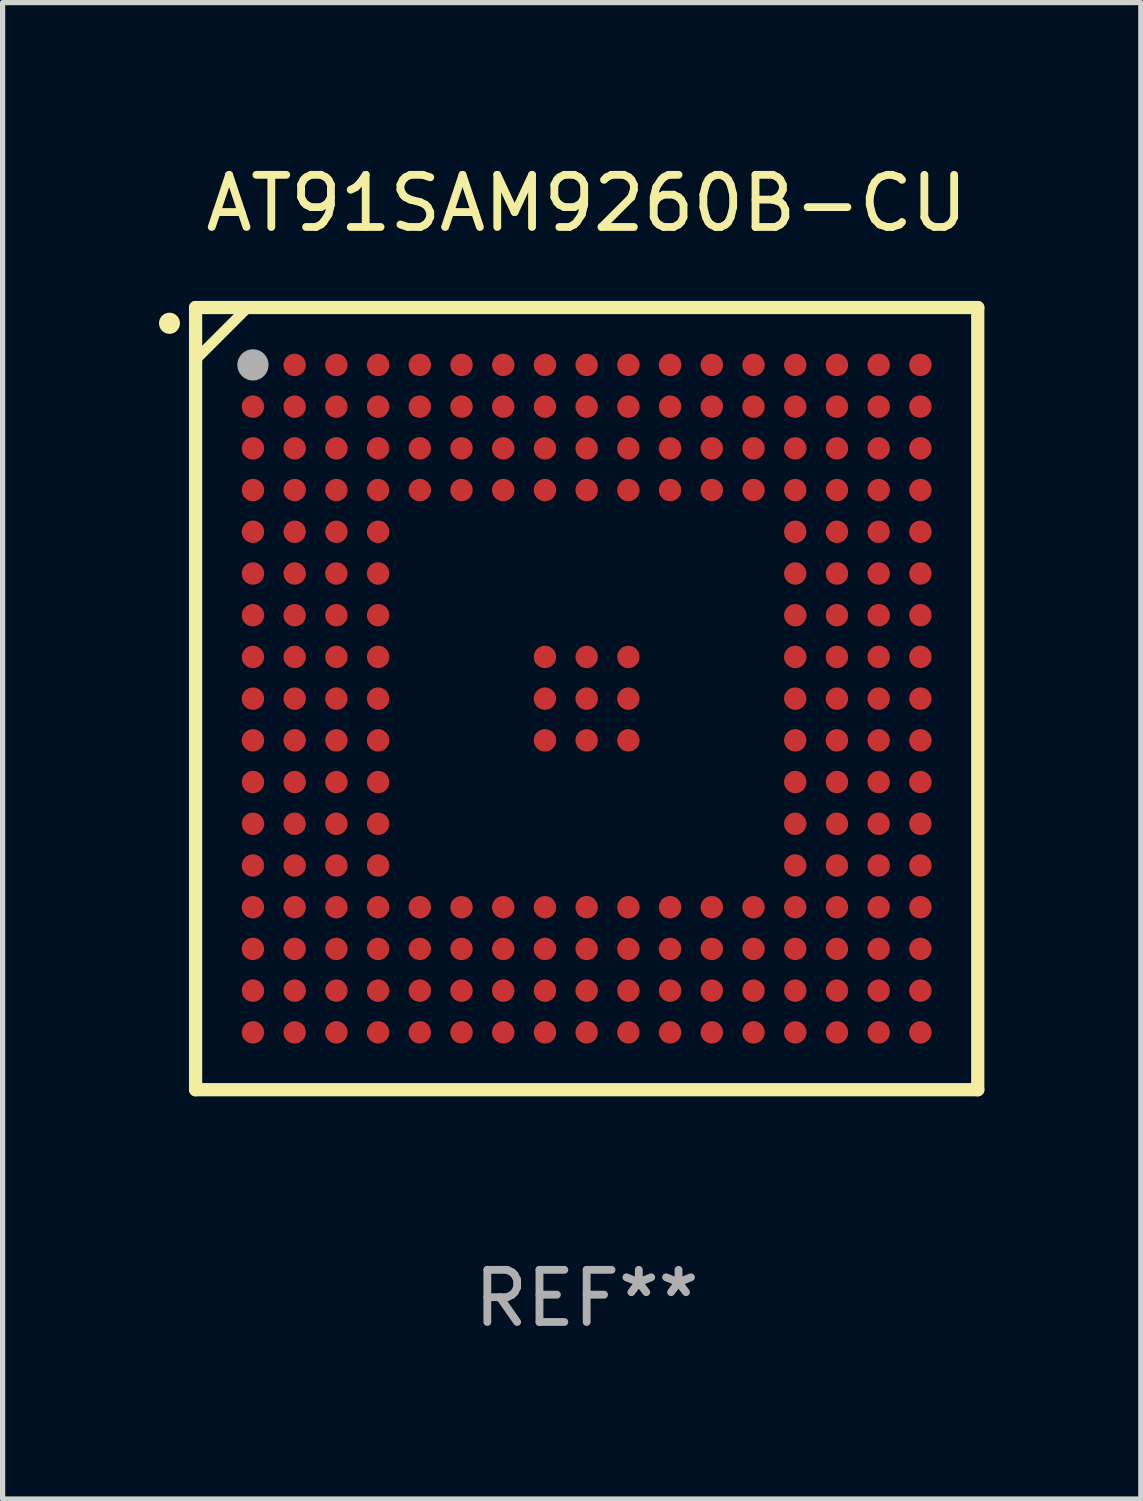
<source format=kicad_pcb>
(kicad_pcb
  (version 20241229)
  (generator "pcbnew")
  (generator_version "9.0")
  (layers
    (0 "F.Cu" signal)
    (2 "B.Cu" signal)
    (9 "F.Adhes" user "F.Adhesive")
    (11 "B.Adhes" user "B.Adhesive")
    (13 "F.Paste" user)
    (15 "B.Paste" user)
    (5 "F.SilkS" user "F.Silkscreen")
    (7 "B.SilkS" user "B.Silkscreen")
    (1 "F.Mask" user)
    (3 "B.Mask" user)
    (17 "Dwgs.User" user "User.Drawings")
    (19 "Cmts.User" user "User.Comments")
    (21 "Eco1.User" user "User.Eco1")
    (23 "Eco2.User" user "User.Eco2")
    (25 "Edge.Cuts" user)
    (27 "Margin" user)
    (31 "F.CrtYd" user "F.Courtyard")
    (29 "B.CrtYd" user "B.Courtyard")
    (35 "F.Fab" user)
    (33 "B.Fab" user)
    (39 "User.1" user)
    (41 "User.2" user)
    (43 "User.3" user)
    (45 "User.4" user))
  (footprint "AT91SAM9260B-CU"
    (layer "F.Cu")
    (at 8.201 10.348)
    (property "Reference" "AT91SAM9260B-CU" (at 0 -9.5 0) (layer "F.SilkS") (effects (font (size 1 1) (thickness 0.15))))
    (attr through_hole)
    (fp_line (start -7.5 -7.5) (end 7.5 -7.5) (stroke (width 0.254) (type solid)) (layer "F.SilkS"))
    (fp_line (start -7.5 -6.5) (end -6.5 -7.5) (stroke (width 0.2) (type solid)) (layer "F.SilkS"))
    (fp_line (start -7.5 7.5) (end -7.5 -7.5) (stroke (width 0.254) (type solid)) (layer "F.SilkS"))
    (fp_line (start 7.5 -7.5) (end 7.5 7.5) (stroke (width 0.254) (type solid)) (layer "F.SilkS"))
    (fp_line (start 7.5 7.5) (end -7.5 7.5) (stroke (width 0.254) (type solid)) (layer "F.SilkS"))
    (fp_arc (start -8.001016 -7.195847) (mid -8.001032 -7.198387) (end -8.001016 -7.200927) (stroke (width 0.4) (type solid)) (layer "F.SilkS"))
    (fp_circle (center -7.5 -7.5) (end -7.47 -7.5) (stroke (width 0.06) (type solid)) (fill no) (layer "F.SilkS"))
    (fp_circle (center -6.4 -6.4) (end -6.25 -6.4) (stroke (width 0.3) (type solid)) (fill no) (layer "F.Fab"))
    (fp_text user "REF**" (at 0 11.5 0) (layer "F.Fab") (effects (font (size 1 1) (thickness 0.15))))
    (pad "A1" smd circle (at -6.4 -6.4) (size 0.43 0.43) (layers "F.Cu" "F.Mask" "F.Paste"))
    (pad "A2" smd circle (at -5.6 -6.4) (size 0.43 0.43) (layers "F.Cu" "F.Mask" "F.Paste"))
    (pad "A3" smd circle (at -4.8 -6.4) (size 0.43 0.43) (layers "F.Cu" "F.Mask" "F.Paste"))
    (pad "A4" smd circle (at -4 -6.4) (size 0.43 0.43) (layers "F.Cu" "F.Mask" "F.Paste"))
    (pad "A5" smd circle (at -3.2 -6.4) (size 0.43 0.43) (layers "F.Cu" "F.Mask" "F.Paste"))
    (pad "A6" smd circle (at -2.4 -6.4) (size 0.43 0.43) (layers "F.Cu" "F.Mask" "F.Paste"))
    (pad "A7" smd circle (at -1.6 -6.4) (size 0.43 0.43) (layers "F.Cu" "F.Mask" "F.Paste"))
    (pad "A8" smd circle (at -0.8 -6.4) (size 0.43 0.43) (layers "F.Cu" "F.Mask" "F.Paste"))
    (pad "A9" smd circle (at 0 -6.4) (size 0.43 0.43) (layers "F.Cu" "F.Mask" "F.Paste"))
    (pad "A10" smd circle (at 0.8 -6.4) (size 0.43 0.43) (layers "F.Cu" "F.Mask" "F.Paste"))
    (pad "A11" smd circle (at 1.6 -6.4) (size 0.43 0.43) (layers "F.Cu" "F.Mask" "F.Paste"))
    (pad "A12" smd circle (at 2.4 -6.4) (size 0.43 0.43) (layers "F.Cu" "F.Mask" "F.Paste"))
    (pad "A13" smd circle (at 3.2 -6.4) (size 0.43 0.43) (layers "F.Cu" "F.Mask" "F.Paste"))
    (pad "A14" smd circle (at 4 -6.4) (size 0.43 0.43) (layers "F.Cu" "F.Mask" "F.Paste"))
    (pad "A15" smd circle (at 4.8 -6.4) (size 0.43 0.43) (layers "F.Cu" "F.Mask" "F.Paste"))
    (pad "A16" smd circle (at 5.6 -6.4) (size 0.43 0.43) (layers "F.Cu" "F.Mask" "F.Paste"))
    (pad "A17" smd circle (at 6.4 -6.4) (size 0.43 0.43) (layers "F.Cu" "F.Mask" "F.Paste"))
    (pad "B1" smd circle (at -6.4 -5.6) (size 0.43 0.43) (layers "F.Cu" "F.Mask" "F.Paste"))
    (pad "B2" smd circle (at -5.6 -5.6) (size 0.43 0.43) (layers "F.Cu" "F.Mask" "F.Paste"))
    (pad "B3" smd circle (at -4.8 -5.6) (size 0.43 0.43) (layers "F.Cu" "F.Mask" "F.Paste"))
    (pad "B4" smd circle (at -4 -5.6) (size 0.43 0.43) (layers "F.Cu" "F.Mask" "F.Paste"))
    (pad "B5" smd circle (at -3.2 -5.6) (size 0.43 0.43) (layers "F.Cu" "F.Mask" "F.Paste"))
    (pad "B6" smd circle (at -2.4 -5.6) (size 0.43 0.43) (layers "F.Cu" "F.Mask" "F.Paste"))
    (pad "B7" smd circle (at -1.6 -5.6) (size 0.43 0.43) (layers "F.Cu" "F.Mask" "F.Paste"))
    (pad "B8" smd circle (at -0.8 -5.6) (size 0.43 0.43) (layers "F.Cu" "F.Mask" "F.Paste"))
    (pad "B9" smd circle (at 0 -5.6) (size 0.43 0.43) (layers "F.Cu" "F.Mask" "F.Paste"))
    (pad "B10" smd circle (at 0.8 -5.6) (size 0.43 0.43) (layers "F.Cu" "F.Mask" "F.Paste"))
    (pad "B11" smd circle (at 1.6 -5.6) (size 0.43 0.43) (layers "F.Cu" "F.Mask" "F.Paste"))
    (pad "B12" smd circle (at 2.4 -5.6) (size 0.43 0.43) (layers "F.Cu" "F.Mask" "F.Paste"))
    (pad "B13" smd circle (at 3.2 -5.6) (size 0.43 0.43) (layers "F.Cu" "F.Mask" "F.Paste"))
    (pad "B14" smd circle (at 4 -5.6) (size 0.43 0.43) (layers "F.Cu" "F.Mask" "F.Paste"))
    (pad "B15" smd circle (at 4.8 -5.6) (size 0.43 0.43) (layers "F.Cu" "F.Mask" "F.Paste"))
    (pad "B16" smd circle (at 5.6 -5.6) (size 0.43 0.43) (layers "F.Cu" "F.Mask" "F.Paste"))
    (pad "B17" smd circle (at 6.4 -5.6) (size 0.43 0.43) (layers "F.Cu" "F.Mask" "F.Paste"))
    (pad "C1" smd circle (at -6.4 -4.8) (size 0.43 0.43) (layers "F.Cu" "F.Mask" "F.Paste"))
    (pad "C2" smd circle (at -5.6 -4.8) (size 0.43 0.43) (layers "F.Cu" "F.Mask" "F.Paste"))
    (pad "C3" smd circle (at -4.8 -4.8) (size 0.43 0.43) (layers "F.Cu" "F.Mask" "F.Paste"))
    (pad "C4" smd circle (at -4 -4.8) (size 0.43 0.43) (layers "F.Cu" "F.Mask" "F.Paste"))
    (pad "C5" smd circle (at -3.2 -4.8) (size 0.43 0.43) (layers "F.Cu" "F.Mask" "F.Paste"))
    (pad "C6" smd circle (at -2.4 -4.8) (size 0.43 0.43) (layers "F.Cu" "F.Mask" "F.Paste"))
    (pad "C7" smd circle (at -1.6 -4.8) (size 0.43 0.43) (layers "F.Cu" "F.Mask" "F.Paste"))
    (pad "C8" smd circle (at -0.8 -4.8) (size 0.43 0.43) (layers "F.Cu" "F.Mask" "F.Paste"))
    (pad "C9" smd circle (at 0 -4.8) (size 0.43 0.43) (layers "F.Cu" "F.Mask" "F.Paste"))
    (pad "C10" smd circle (at 0.8 -4.8) (size 0.43 0.43) (layers "F.Cu" "F.Mask" "F.Paste"))
    (pad "C11" smd circle (at 1.6 -4.8) (size 0.43 0.43) (layers "F.Cu" "F.Mask" "F.Paste"))
    (pad "C12" smd circle (at 2.4 -4.8) (size 0.43 0.43) (layers "F.Cu" "F.Mask" "F.Paste"))
    (pad "C13" smd circle (at 3.2 -4.8) (size 0.43 0.43) (layers "F.Cu" "F.Mask" "F.Paste"))
    (pad "C14" smd circle (at 4 -4.8) (size 0.43 0.43) (layers "F.Cu" "F.Mask" "F.Paste"))
    (pad "C15" smd circle (at 4.8 -4.8) (size 0.43 0.43) (layers "F.Cu" "F.Mask" "F.Paste"))
    (pad "C16" smd circle (at 5.6 -4.8) (size 0.43 0.43) (layers "F.Cu" "F.Mask" "F.Paste"))
    (pad "C17" smd circle (at 6.4 -4.8) (size 0.43 0.43) (layers "F.Cu" "F.Mask" "F.Paste"))
    (pad "D1" smd circle (at -6.4 -4) (size 0.43 0.43) (layers "F.Cu" "F.Mask" "F.Paste"))
    (pad "D2" smd circle (at -5.6 -4) (size 0.43 0.43) (layers "F.Cu" "F.Mask" "F.Paste"))
    (pad "D3" smd circle (at -4.8 -4) (size 0.43 0.43) (layers "F.Cu" "F.Mask" "F.Paste"))
    (pad "D4" smd circle (at -4 -4) (size 0.43 0.43) (layers "F.Cu" "F.Mask" "F.Paste"))
    (pad "D5" smd circle (at -3.2 -4) (size 0.43 0.43) (layers "F.Cu" "F.Mask" "F.Paste"))
    (pad "D6" smd circle (at -2.4 -4) (size 0.43 0.43) (layers "F.Cu" "F.Mask" "F.Paste"))
    (pad "D7" smd circle (at -1.6 -4) (size 0.43 0.43) (layers "F.Cu" "F.Mask" "F.Paste"))
    (pad "D8" smd circle (at -0.8 -4) (size 0.43 0.43) (layers "F.Cu" "F.Mask" "F.Paste"))
    (pad "D9" smd circle (at 0 -4) (size 0.43 0.43) (layers "F.Cu" "F.Mask" "F.Paste"))
    (pad "D10" smd circle (at 0.8 -4) (size 0.43 0.43) (layers "F.Cu" "F.Mask" "F.Paste"))
    (pad "D11" smd circle (at 1.6 -4) (size 0.43 0.43) (layers "F.Cu" "F.Mask" "F.Paste"))
    (pad "D12" smd circle (at 2.4 -4) (size 0.43 0.43) (layers "F.Cu" "F.Mask" "F.Paste"))
    (pad "D13" smd circle (at 3.2 -4) (size 0.43 0.43) (layers "F.Cu" "F.Mask" "F.Paste"))
    (pad "D14" smd circle (at 4 -4) (size 0.43 0.43) (layers "F.Cu" "F.Mask" "F.Paste"))
    (pad "D15" smd circle (at 4.8 -4) (size 0.43 0.43) (layers "F.Cu" "F.Mask" "F.Paste"))
    (pad "D16" smd circle (at 5.6 -4) (size 0.43 0.43) (layers "F.Cu" "F.Mask" "F.Paste"))
    (pad "D17" smd circle (at 6.4 -4) (size 0.43 0.43) (layers "F.Cu" "F.Mask" "F.Paste"))
    (pad "E1" smd circle (at -6.4 -3.2) (size 0.43 0.43) (layers "F.Cu" "F.Mask" "F.Paste"))
    (pad "E2" smd circle (at -5.6 -3.2) (size 0.43 0.43) (layers "F.Cu" "F.Mask" "F.Paste"))
    (pad "E3" smd circle (at -4.8 -3.2) (size 0.43 0.43) (layers "F.Cu" "F.Mask" "F.Paste"))
    (pad "E4" smd circle (at -4 -3.2) (size 0.43 0.43) (layers "F.Cu" "F.Mask" "F.Paste"))
    (pad "E14" smd circle (at 4 -3.2) (size 0.43 0.43) (layers "F.Cu" "F.Mask" "F.Paste"))
    (pad "E15" smd circle (at 4.8 -3.2) (size 0.43 0.43) (layers "F.Cu" "F.Mask" "F.Paste"))
    (pad "E16" smd circle (at 5.6 -3.2) (size 0.43 0.43) (layers "F.Cu" "F.Mask" "F.Paste"))
    (pad "E17" smd circle (at 6.4 -3.2) (size 0.43 0.43) (layers "F.Cu" "F.Mask" "F.Paste"))
    (pad "F1" smd circle (at -6.4 -2.4) (size 0.43 0.43) (layers "F.Cu" "F.Mask" "F.Paste"))
    (pad "F2" smd circle (at -5.6 -2.4) (size 0.43 0.43) (layers "F.Cu" "F.Mask" "F.Paste"))
    (pad "F3" smd circle (at -4.8 -2.4) (size 0.43 0.43) (layers "F.Cu" "F.Mask" "F.Paste"))
    (pad "F4" smd circle (at -4 -2.4) (size 0.43 0.43) (layers "F.Cu" "F.Mask" "F.Paste"))
    (pad "F14" smd circle (at 4 -2.4) (size 0.43 0.43) (layers "F.Cu" "F.Mask" "F.Paste"))
    (pad "F15" smd circle (at 4.8 -2.4) (size 0.43 0.43) (layers "F.Cu" "F.Mask" "F.Paste"))
    (pad "F16" smd circle (at 5.6 -2.4) (size 0.43 0.43) (layers "F.Cu" "F.Mask" "F.Paste"))
    (pad "F17" smd circle (at 6.4 -2.4) (size 0.43 0.43) (layers "F.Cu" "F.Mask" "F.Paste"))
    (pad "G1" smd circle (at -6.4 -1.6) (size 0.43 0.43) (layers "F.Cu" "F.Mask" "F.Paste"))
    (pad "G2" smd circle (at -5.6 -1.6) (size 0.43 0.43) (layers "F.Cu" "F.Mask" "F.Paste"))
    (pad "G3" smd circle (at -4.8 -1.6) (size 0.43 0.43) (layers "F.Cu" "F.Mask" "F.Paste"))
    (pad "G4" smd circle (at -4 -1.6) (size 0.43 0.43) (layers "F.Cu" "F.Mask" "F.Paste"))
    (pad "G14" smd circle (at 4 -1.6) (size 0.43 0.43) (layers "F.Cu" "F.Mask" "F.Paste"))
    (pad "G15" smd circle (at 4.8 -1.6) (size 0.43 0.43) (layers "F.Cu" "F.Mask" "F.Paste"))
    (pad "G16" smd circle (at 5.6 -1.6) (size 0.43 0.43) (layers "F.Cu" "F.Mask" "F.Paste"))
    (pad "G17" smd circle (at 6.4 -1.6) (size 0.43 0.43) (layers "F.Cu" "F.Mask" "F.Paste"))
    (pad "H1" smd circle (at -6.4 -0.8) (size 0.43 0.43) (layers "F.Cu" "F.Mask" "F.Paste"))
    (pad "H2" smd circle (at -5.6 -0.8) (size 0.43 0.43) (layers "F.Cu" "F.Mask" "F.Paste"))
    (pad "H3" smd circle (at -4.8 -0.8) (size 0.43 0.43) (layers "F.Cu" "F.Mask" "F.Paste"))
    (pad "H4" smd circle (at -4 -0.8) (size 0.43 0.43) (layers "F.Cu" "F.Mask" "F.Paste"))
    (pad "H8" smd circle (at -0.8 -0.8) (size 0.43 0.43) (layers "F.Cu" "F.Mask" "F.Paste"))
    (pad "H9" smd circle (at 0 -0.8) (size 0.43 0.43) (layers "F.Cu" "F.Mask" "F.Paste"))
    (pad "H10" smd circle (at 0.8 -0.8) (size 0.43 0.43) (layers "F.Cu" "F.Mask" "F.Paste"))
    (pad "H14" smd circle (at 4 -0.8) (size 0.43 0.43) (layers "F.Cu" "F.Mask" "F.Paste"))
    (pad "H15" smd circle (at 4.8 -0.8) (size 0.43 0.43) (layers "F.Cu" "F.Mask" "F.Paste"))
    (pad "H16" smd circle (at 5.6 -0.8) (size 0.43 0.43) (layers "F.Cu" "F.Mask" "F.Paste"))
    (pad "H17" smd circle (at 6.4 -0.8) (size 0.43 0.43) (layers "F.Cu" "F.Mask" "F.Paste"))
    (pad "J1" smd circle (at -6.4 -0.000013) (size 0.43 0.43) (layers "F.Cu" "F.Mask" "F.Paste"))
    (pad "J2" smd circle (at -5.6 -0.000013) (size 0.43 0.43) (layers "F.Cu" "F.Mask" "F.Paste"))
    (pad "J3" smd circle (at -4.8 -0.000013) (size 0.43 0.43) (layers "F.Cu" "F.Mask" "F.Paste"))
    (pad "J4" smd circle (at -4 -0.000013) (size 0.43 0.43) (layers "F.Cu" "F.Mask" "F.Paste"))
    (pad "J8" smd circle (at -0.8 -0.000013) (size 0.43 0.43) (layers "F.Cu" "F.Mask" "F.Paste"))
    (pad "J9" smd circle (at 0 -0.000013) (size 0.43 0.43) (layers "F.Cu" "F.Mask" "F.Paste"))
    (pad "J10" smd circle (at 0.8 -0.000013) (size 0.43 0.43) (layers "F.Cu" "F.Mask" "F.Paste"))
    (pad "J14" smd circle (at 4 -0.000013) (size 0.43 0.43) (layers "F.Cu" "F.Mask" "F.Paste"))
    (pad "J15" smd circle (at 4.8 -0.000013) (size 0.43 0.43) (layers "F.Cu" "F.Mask" "F.Paste"))
    (pad "J16" smd circle (at 5.6 -0.000013) (size 0.43 0.43) (layers "F.Cu" "F.Mask" "F.Paste"))
    (pad "J17" smd circle (at 6.4 -0.000013) (size 0.43 0.43) (layers "F.Cu" "F.Mask" "F.Paste"))
    (pad "K1" smd circle (at -6.4 0.8) (size 0.43 0.43) (layers "F.Cu" "F.Mask" "F.Paste"))
    (pad "K2" smd circle (at -5.6 0.8) (size 0.43 0.43) (layers "F.Cu" "F.Mask" "F.Paste"))
    (pad "K3" smd circle (at -4.8 0.8) (size 0.43 0.43) (layers "F.Cu" "F.Mask" "F.Paste"))
    (pad "K4" smd circle (at -4 0.8) (size 0.43 0.43) (layers "F.Cu" "F.Mask" "F.Paste"))
    (pad "K8" smd circle (at -0.8 0.8) (size 0.43 0.43) (layers "F.Cu" "F.Mask" "F.Paste"))
    (pad "K9" smd circle (at 0 0.8) (size 0.43 0.43) (layers "F.Cu" "F.Mask" "F.Paste"))
    (pad "K10" smd circle (at 0.8 0.8) (size 0.43 0.43) (layers "F.Cu" "F.Mask" "F.Paste"))
    (pad "K14" smd circle (at 4 0.8) (size 0.43 0.43) (layers "F.Cu" "F.Mask" "F.Paste"))
    (pad "K15" smd circle (at 4.8 0.8) (size 0.43 0.43) (layers "F.Cu" "F.Mask" "F.Paste"))
    (pad "K16" smd circle (at 5.6 0.8) (size 0.43 0.43) (layers "F.Cu" "F.Mask" "F.Paste"))
    (pad "K17" smd circle (at 6.4 0.8) (size 0.43 0.43) (layers "F.Cu" "F.Mask" "F.Paste"))
    (pad "L1" smd circle (at -6.4 1.6) (size 0.43 0.43) (layers "F.Cu" "F.Mask" "F.Paste"))
    (pad "L2" smd circle (at -5.6 1.6) (size 0.43 0.43) (layers "F.Cu" "F.Mask" "F.Paste"))
    (pad "L3" smd circle (at -4.8 1.6) (size 0.43 0.43) (layers "F.Cu" "F.Mask" "F.Paste"))
    (pad "L4" smd circle (at -4 1.6) (size 0.43 0.43) (layers "F.Cu" "F.Mask" "F.Paste"))
    (pad "L14" smd circle (at 4 1.6) (size 0.43 0.43) (layers "F.Cu" "F.Mask" "F.Paste"))
    (pad "L15" smd circle (at 4.8 1.6) (size 0.43 0.43) (layers "F.Cu" "F.Mask" "F.Paste"))
    (pad "L16" smd circle (at 5.6 1.6) (size 0.43 0.43) (layers "F.Cu" "F.Mask" "F.Paste"))
    (pad "L17" smd circle (at 6.4 1.6) (size 0.43 0.43) (layers "F.Cu" "F.Mask" "F.Paste"))
    (pad "M1" smd circle (at -6.4 2.4) (size 0.43 0.43) (layers "F.Cu" "F.Mask" "F.Paste"))
    (pad "M2" smd circle (at -5.6 2.4) (size 0.43 0.43) (layers "F.Cu" "F.Mask" "F.Paste"))
    (pad "M3" smd circle (at -4.8 2.4) (size 0.43 0.43) (layers "F.Cu" "F.Mask" "F.Paste"))
    (pad "M4" smd circle (at -4 2.4) (size 0.43 0.43) (layers "F.Cu" "F.Mask" "F.Paste"))
    (pad "M14" smd circle (at 4 2.4) (size 0.43 0.43) (layers "F.Cu" "F.Mask" "F.Paste"))
    (pad "M15" smd circle (at 4.8 2.4) (size 0.43 0.43) (layers "F.Cu" "F.Mask" "F.Paste"))
    (pad "M16" smd circle (at 5.6 2.4) (size 0.43 0.43) (layers "F.Cu" "F.Mask" "F.Paste"))
    (pad "M17" smd circle (at 6.4 2.4) (size 0.43 0.43) (layers "F.Cu" "F.Mask" "F.Paste"))
    (pad "N1" smd circle (at -6.4 3.2) (size 0.43 0.43) (layers "F.Cu" "F.Mask" "F.Paste"))
    (pad "N2" smd circle (at -5.6 3.2) (size 0.43 0.43) (layers "F.Cu" "F.Mask" "F.Paste"))
    (pad "N3" smd circle (at -4.8 3.2) (size 0.43 0.43) (layers "F.Cu" "F.Mask" "F.Paste"))
    (pad "N4" smd circle (at -4 3.2) (size 0.43 0.43) (layers "F.Cu" "F.Mask" "F.Paste"))
    (pad "N14" smd circle (at 4 3.2) (size 0.43 0.43) (layers "F.Cu" "F.Mask" "F.Paste"))
    (pad "N15" smd circle (at 4.8 3.2) (size 0.43 0.43) (layers "F.Cu" "F.Mask" "F.Paste"))
    (pad "N16" smd circle (at 5.6 3.2) (size 0.43 0.43) (layers "F.Cu" "F.Mask" "F.Paste"))
    (pad "N17" smd circle (at 6.4 3.2) (size 0.43 0.43) (layers "F.Cu" "F.Mask" "F.Paste"))
    (pad "P1" smd circle (at -6.4 4) (size 0.43 0.43) (layers "F.Cu" "F.Mask" "F.Paste"))
    (pad "P2" smd circle (at -5.6 4) (size 0.43 0.43) (layers "F.Cu" "F.Mask" "F.Paste"))
    (pad "P3" smd circle (at -4.8 4) (size 0.43 0.43) (layers "F.Cu" "F.Mask" "F.Paste"))
    (pad "P4" smd circle (at -4 4) (size 0.43 0.43) (layers "F.Cu" "F.Mask" "F.Paste"))
    (pad "P5" smd circle (at -3.2 4) (size 0.43 0.43) (layers "F.Cu" "F.Mask" "F.Paste"))
    (pad "P6" smd circle (at -2.4 4) (size 0.43 0.43) (layers "F.Cu" "F.Mask" "F.Paste"))
    (pad "P7" smd circle (at -1.6 4) (size 0.43 0.43) (layers "F.Cu" "F.Mask" "F.Paste"))
    (pad "P8" smd circle (at -0.8 4) (size 0.43 0.43) (layers "F.Cu" "F.Mask" "F.Paste"))
    (pad "P9" smd circle (at 0 4) (size 0.43 0.43) (layers "F.Cu" "F.Mask" "F.Paste"))
    (pad "P10" smd circle (at 0.8 4) (size 0.43 0.43) (layers "F.Cu" "F.Mask" "F.Paste"))
    (pad "P11" smd circle (at 1.6 4) (size 0.43 0.43) (layers "F.Cu" "F.Mask" "F.Paste"))
    (pad "P12" smd circle (at 2.4 4) (size 0.43 0.43) (layers "F.Cu" "F.Mask" "F.Paste"))
    (pad "P13" smd circle (at 3.2 4) (size 0.43 0.43) (layers "F.Cu" "F.Mask" "F.Paste"))
    (pad "P14" smd circle (at 4 4) (size 0.43 0.43) (layers "F.Cu" "F.Mask" "F.Paste"))
    (pad "P15" smd circle (at 4.8 4) (size 0.43 0.43) (layers "F.Cu" "F.Mask" "F.Paste"))
    (pad "P16" smd circle (at 5.6 4) (size 0.43 0.43) (layers "F.Cu" "F.Mask" "F.Paste"))
    (pad "P17" smd circle (at 6.4 4) (size 0.43 0.43) (layers "F.Cu" "F.Mask" "F.Paste"))
    (pad "R1" smd circle (at -6.4 4.8) (size 0.43 0.43) (layers "F.Cu" "F.Mask" "F.Paste"))
    (pad "R2" smd circle (at -5.6 4.8) (size 0.43 0.43) (layers "F.Cu" "F.Mask" "F.Paste"))
    (pad "R3" smd circle (at -4.8 4.8) (size 0.43 0.43) (layers "F.Cu" "F.Mask" "F.Paste"))
    (pad "R4" smd circle (at -4 4.8) (size 0.43 0.43) (layers "F.Cu" "F.Mask" "F.Paste"))
    (pad "R5" smd circle (at -3.2 4.8) (size 0.43 0.43) (layers "F.Cu" "F.Mask" "F.Paste"))
    (pad "R6" smd circle (at -2.4 4.8) (size 0.43 0.43) (layers "F.Cu" "F.Mask" "F.Paste"))
    (pad "R7" smd circle (at -1.6 4.8) (size 0.43 0.43) (layers "F.Cu" "F.Mask" "F.Paste"))
    (pad "R8" smd circle (at -0.8 4.8) (size 0.43 0.43) (layers "F.Cu" "F.Mask" "F.Paste"))
    (pad "R9" smd circle (at 0 4.8) (size 0.43 0.43) (layers "F.Cu" "F.Mask" "F.Paste"))
    (pad "R10" smd circle (at 0.8 4.8) (size 0.43 0.43) (layers "F.Cu" "F.Mask" "F.Paste"))
    (pad "R11" smd circle (at 1.6 4.8) (size 0.43 0.43) (layers "F.Cu" "F.Mask" "F.Paste"))
    (pad "R12" smd circle (at 2.4 4.8) (size 0.43 0.43) (layers "F.Cu" "F.Mask" "F.Paste"))
    (pad "R13" smd circle (at 3.2 4.8) (size 0.43 0.43) (layers "F.Cu" "F.Mask" "F.Paste"))
    (pad "R14" smd circle (at 4 4.8) (size 0.43 0.43) (layers "F.Cu" "F.Mask" "F.Paste"))
    (pad "R15" smd circle (at 4.8 4.8) (size 0.43 0.43) (layers "F.Cu" "F.Mask" "F.Paste"))
    (pad "R16" smd circle (at 5.6 4.8) (size 0.43 0.43) (layers "F.Cu" "F.Mask" "F.Paste"))
    (pad "R17" smd circle (at 6.4 4.8) (size 0.43 0.43) (layers "F.Cu" "F.Mask" "F.Paste"))
    (pad "T1" smd circle (at -6.4 5.6) (size 0.43 0.43) (layers "F.Cu" "F.Mask" "F.Paste"))
    (pad "T2" smd circle (at -5.6 5.6) (size 0.43 0.43) (layers "F.Cu" "F.Mask" "F.Paste"))
    (pad "T3" smd circle (at -4.8 5.6) (size 0.43 0.43) (layers "F.Cu" "F.Mask" "F.Paste"))
    (pad "T4" smd circle (at -4 5.6) (size 0.43 0.43) (layers "F.Cu" "F.Mask" "F.Paste"))
    (pad "T5" smd circle (at -3.2 5.6) (size 0.43 0.43) (layers "F.Cu" "F.Mask" "F.Paste"))
    (pad "T6" smd circle (at -2.4 5.6) (size 0.43 0.43) (layers "F.Cu" "F.Mask" "F.Paste"))
    (pad "T7" smd circle (at -1.6 5.6) (size 0.43 0.43) (layers "F.Cu" "F.Mask" "F.Paste"))
    (pad "T8" smd circle (at -0.8 5.6) (size 0.43 0.43) (layers "F.Cu" "F.Mask" "F.Paste"))
    (pad "T9" smd circle (at 0 5.6) (size 0.43 0.43) (layers "F.Cu" "F.Mask" "F.Paste"))
    (pad "T10" smd circle (at 0.8 5.6) (size 0.43 0.43) (layers "F.Cu" "F.Mask" "F.Paste"))
    (pad "T11" smd circle (at 1.6 5.6) (size 0.43 0.43) (layers "F.Cu" "F.Mask" "F.Paste"))
    (pad "T12" smd circle (at 2.4 5.6) (size 0.43 0.43) (layers "F.Cu" "F.Mask" "F.Paste"))
    (pad "T13" smd circle (at 3.2 5.6) (size 0.43 0.43) (layers "F.Cu" "F.Mask" "F.Paste"))
    (pad "T14" smd circle (at 4 5.6) (size 0.43 0.43) (layers "F.Cu" "F.Mask" "F.Paste"))
    (pad "T15" smd circle (at 4.8 5.6) (size 0.43 0.43) (layers "F.Cu" "F.Mask" "F.Paste"))
    (pad "T16" smd circle (at 5.6 5.6) (size 0.43 0.43) (layers "F.Cu" "F.Mask" "F.Paste"))
    (pad "T17" smd circle (at 6.4 5.6) (size 0.43 0.43) (layers "F.Cu" "F.Mask" "F.Paste"))
    (pad "U1" smd circle (at -6.4 6.4) (size 0.43 0.43) (layers "F.Cu" "F.Mask" "F.Paste"))
    (pad "U2" smd circle (at -5.6 6.4) (size 0.43 0.43) (layers "F.Cu" "F.Mask" "F.Paste"))
    (pad "U3" smd circle (at -4.8 6.4) (size 0.43 0.43) (layers "F.Cu" "F.Mask" "F.Paste"))
    (pad "U4" smd circle (at -4 6.4) (size 0.43 0.43) (layers "F.Cu" "F.Mask" "F.Paste"))
    (pad "U5" smd circle (at -3.2 6.4) (size 0.43 0.43) (layers "F.Cu" "F.Mask" "F.Paste"))
    (pad "U6" smd circle (at -2.4 6.4) (size 0.43 0.43) (layers "F.Cu" "F.Mask" "F.Paste"))
    (pad "U7" smd circle (at -1.6 6.4) (size 0.43 0.43) (layers "F.Cu" "F.Mask" "F.Paste"))
    (pad "U8" smd circle (at -0.8 6.4) (size 0.43 0.43) (layers "F.Cu" "F.Mask" "F.Paste"))
    (pad "U9" smd circle (at 0 6.4) (size 0.43 0.43) (layers "F.Cu" "F.Mask" "F.Paste"))
    (pad "U10" smd circle (at 0.8 6.4) (size 0.43 0.43) (layers "F.Cu" "F.Mask" "F.Paste"))
    (pad "U11" smd circle (at 1.6 6.4) (size 0.43 0.43) (layers "F.Cu" "F.Mask" "F.Paste"))
    (pad "U12" smd circle (at 2.4 6.4) (size 0.43 0.43) (layers "F.Cu" "F.Mask" "F.Paste"))
    (pad "U13" smd circle (at 3.2 6.4) (size 0.43 0.43) (layers "F.Cu" "F.Mask" "F.Paste"))
    (pad "U14" smd circle (at 4 6.4) (size 0.43 0.43) (layers "F.Cu" "F.Mask" "F.Paste"))
    (pad "U15" smd circle (at 4.8 6.4) (size 0.43 0.43) (layers "F.Cu" "F.Mask" "F.Paste"))
    (pad "U16" smd circle (at 5.6 6.4) (size 0.43 0.43) (layers "F.Cu" "F.Mask" "F.Paste"))
    (pad "U17" smd circle (at 6.4 6.4) (size 0.43 0.43) (layers "F.Cu" "F.Mask" "F.Paste")))
  (gr_rect
    (start -3 -3)
    (end 18.828 25.697)
    (stroke (width 0.1) (type default))
    (fill no)
    (layer "Edge.Cuts")))
</source>
